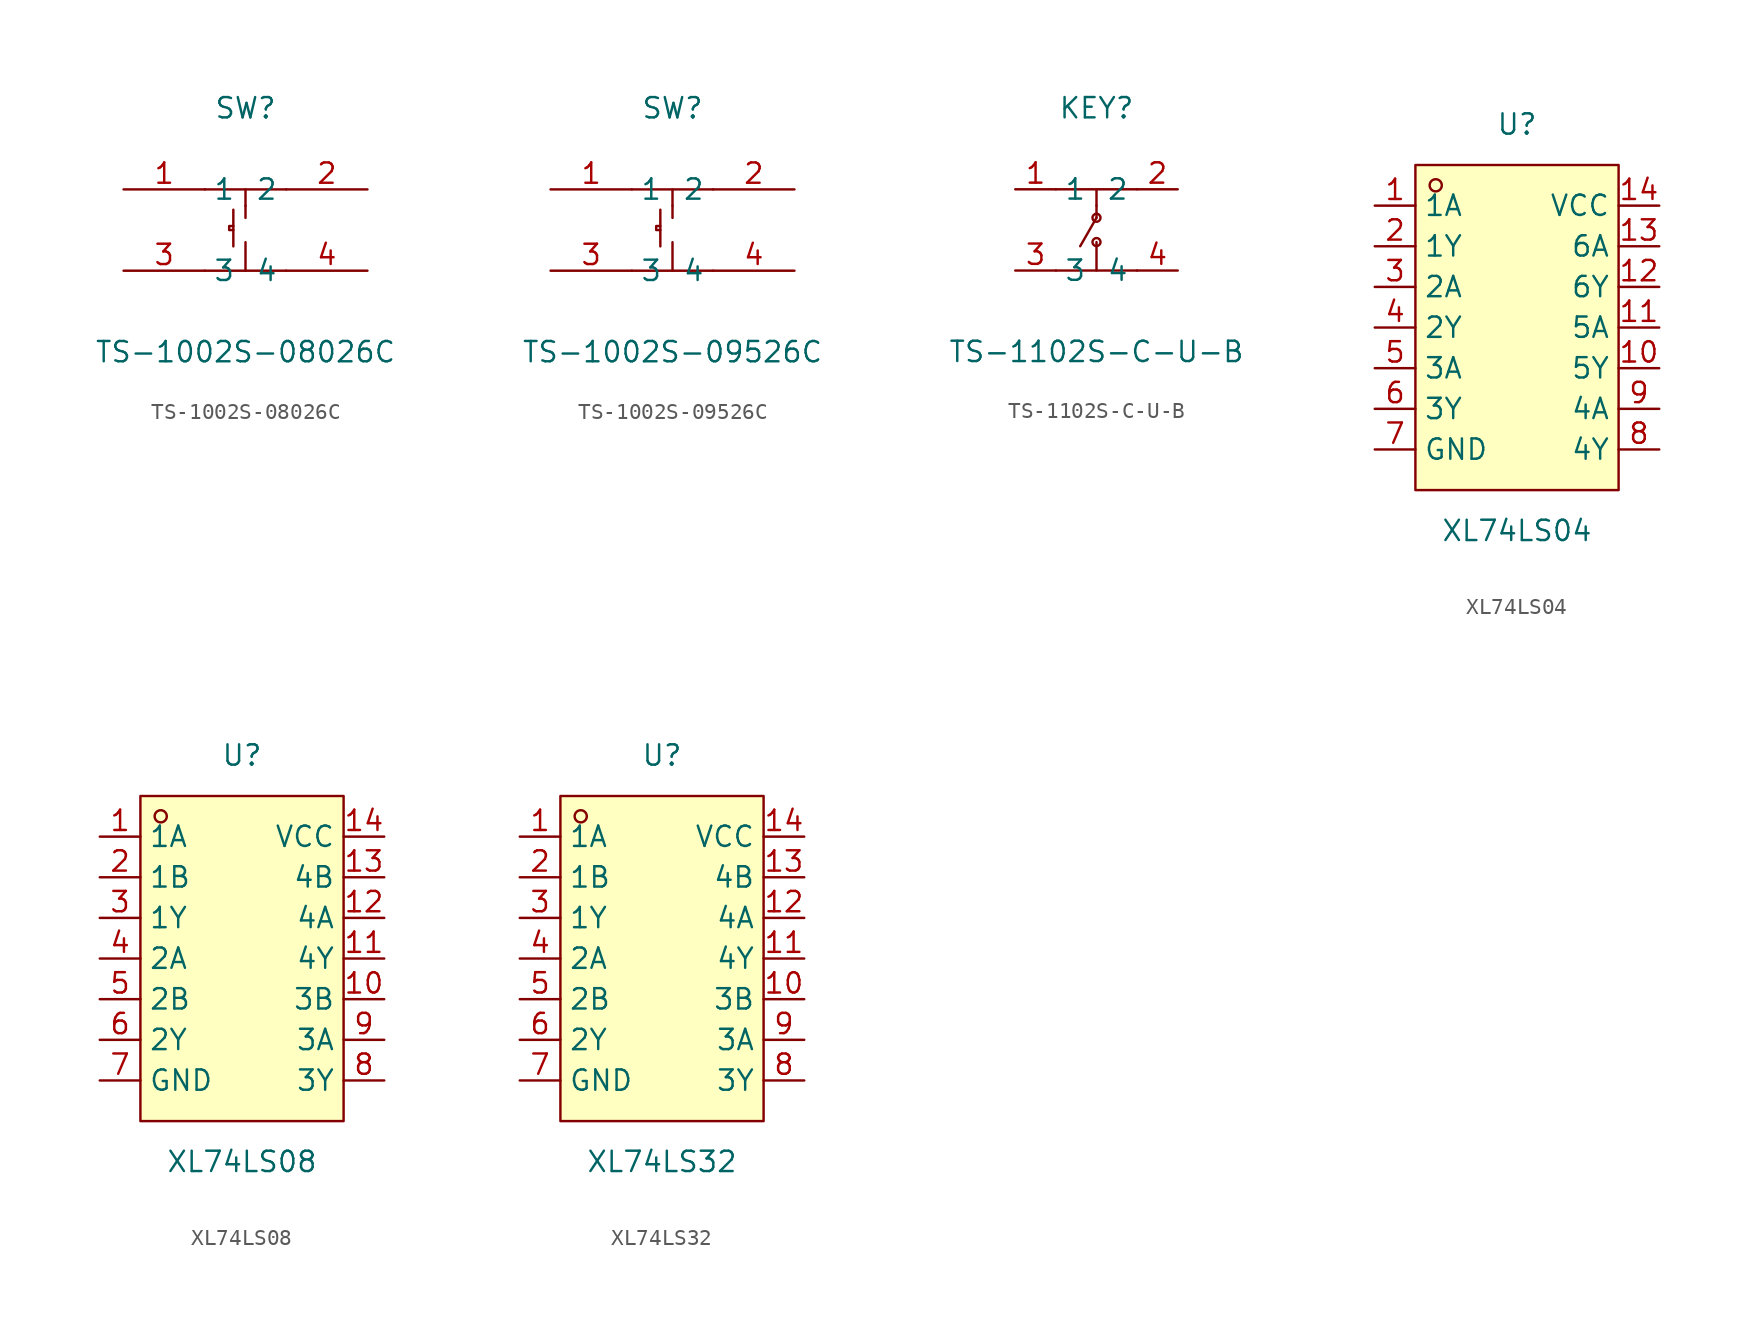
<source format=kicad_sym>
(kicad_symbol_lib
  (version 20211014)
  (generator https://github.com/uPesy/easyeda2kicad.py)
  (symbol "TS-1002S-08026C"
    (property "Reference" "SW"
      (at 0 7.62 0)
      (effects (font (size 1.27 1.27))))
    (property "Value" "TS-1002S-08026C"
      (at 0 -7.62 0)
      (effects (font (size 1.27 1.27))))
    (symbol "TS-1002S-08026C_0_1"
      (polyline (pts (xy -2.54 2.54) (xy 2.54 2.54)) (stroke (width 0) (type default) (color 0 0 0 0)) (fill (type none)))
      (polyline (pts (xy -2.54 -2.54) (xy 2.54 -2.54)) (stroke (width 0) (type default) (color 0 0 0 0)) (fill (type none)))
      (polyline (pts (xy 0.00 2.54) (xy 0.00 1.52)) (stroke (width 0) (type default) (color 0 0 0 0)) (fill (type none)))
      (polyline (pts (xy 0.00 -2.54) (xy 0.00 -0.76)) (stroke (width 0) (type default) (color 0 0 0 0)) (fill (type none)))
      (polyline (pts (xy 0.00 1.52) (xy 0.00 0.76)) (stroke (width 0) (type default) (color 0 0 0 0)) (fill (type none)))
      (polyline (pts (xy -0.76 1.27) (xy -0.76 -1.02)) (stroke (width 0) (type default) (color 0 0 0 0)) (fill (type none)))
      (polyline (pts (xy -0.76 0.25) (xy -1.02 0.25) (xy -1.02 -0.00) (xy -0.76 -0.00)) (stroke (width 0) (type default) (color 0 0 0 0)) (fill (type none)))
      (pin unspecified line (at -7.62 2.54 0) (length 5.08) (name "1" (effects (font (size 1.27 1.27)))) (number "1" (effects (font (size 1.27 1.27)))))
      (pin unspecified line (at 7.62 2.54 180) (length 5.08) (name "2" (effects (font (size 1.27 1.27)))) (number "2" (effects (font (size 1.27 1.27)))))
      (pin unspecified line (at -7.62 -2.54 0) (length 5.08) (name "3" (effects (font (size 1.27 1.27)))) (number "3" (effects (font (size 1.27 1.27)))))
      (pin unspecified line (at 7.62 -2.54 180) (length 5.08) (name "4" (effects (font (size 1.27 1.27)))) (number "4" (effects (font (size 1.27 1.27)))))))
  (symbol "TS-1002S-09526C"
    (property "Reference" "SW"
      (at 0 7.62 0)
      (effects (font (size 1.27 1.27))))
    (property "Value" "TS-1002S-09526C"
      (at 0 -7.62 0)
      (effects (font (size 1.27 1.27))))
    (symbol "TS-1002S-09526C_0_1"
      (polyline (pts (xy -2.54 2.54) (xy 2.54 2.54)) (stroke (width 0) (type default) (color 0 0 0 0)) (fill (type none)))
      (polyline (pts (xy -2.54 -2.54) (xy 2.54 -2.54)) (stroke (width 0) (type default) (color 0 0 0 0)) (fill (type none)))
      (polyline (pts (xy 0.00 2.54) (xy 0.00 1.52)) (stroke (width 0) (type default) (color 0 0 0 0)) (fill (type none)))
      (polyline (pts (xy 0.00 -2.54) (xy 0.00 -0.76)) (stroke (width 0) (type default) (color 0 0 0 0)) (fill (type none)))
      (polyline (pts (xy 0.00 1.52) (xy 0.00 0.76)) (stroke (width 0) (type default) (color 0 0 0 0)) (fill (type none)))
      (polyline (pts (xy -0.76 1.27) (xy -0.76 -1.02)) (stroke (width 0) (type default) (color 0 0 0 0)) (fill (type none)))
      (polyline (pts (xy -0.76 0.25) (xy -1.02 0.25) (xy -1.02 -0.00) (xy -0.76 -0.00)) (stroke (width 0) (type default) (color 0 0 0 0)) (fill (type none)))
      (pin unspecified line (at -7.62 2.54 0) (length 5.08) (name "1" (effects (font (size 1.27 1.27)))) (number "1" (effects (font (size 1.27 1.27)))))
      (pin unspecified line (at 7.62 2.54 180) (length 5.08) (name "2" (effects (font (size 1.27 1.27)))) (number "2" (effects (font (size 1.27 1.27)))))
      (pin unspecified line (at -7.62 -2.54 0) (length 5.08) (name "3" (effects (font (size 1.27 1.27)))) (number "3" (effects (font (size 1.27 1.27)))))
      (pin unspecified line (at 7.62 -2.54 180) (length 5.08) (name "4" (effects (font (size 1.27 1.27)))) (number "4" (effects (font (size 1.27 1.27)))))))
  (symbol "TS-1102S-C-U-B"
    (property "Reference" "KEY"
      (at 0 7.62 0)
      (effects (font (size 1.27 1.27))))
    (property "Value" "TS-1102S-C-U-B"
      (at 0 -7.62 0)
      (effects (font (size 1.27 1.27))))
    (symbol "TS-1102S-C-U-B_0_1"
      (circle (center 0.00 0.76) (radius 0.25) (stroke (width 0) (type default) (color 0 0 0 0)) (fill (type none)))
      (circle (center 0.00 -0.76) (radius 0.25) (stroke (width 0) (type default) (color 0 0 0 0)) (fill (type none)))
      (polyline (pts (xy -1.02 -1.02) (xy 0.00 0.76)) (stroke (width 0) (type default) (color 0 0 0 0)) (fill (type none)))
      (polyline (pts (xy 0.00 1.52) (xy 0.00 0.76)) (stroke (width 0) (type default) (color 0 0 0 0)) (fill (type none)))
      (polyline (pts (xy 0.00 -2.54) (xy 0.00 -0.76)) (stroke (width 0) (type default) (color 0 0 0 0)) (fill (type none)))
      (polyline (pts (xy 0.00 2.54) (xy 0.00 1.52)) (stroke (width 0) (type default) (color 0 0 0 0)) (fill (type none)))
      (polyline (pts (xy -2.54 -2.54) (xy 2.54 -2.54)) (stroke (width 0) (type default) (color 0 0 0 0)) (fill (type none)))
      (polyline (pts (xy 2.54 2.54) (xy -2.54 2.54)) (stroke (width 0) (type default) (color 0 0 0 0)) (fill (type none)))
      (pin unspecified line (at 5.08 -2.54 180) (length 2.54) (name "4" (effects (font (size 1.27 1.27)))) (number "4" (effects (font (size 1.27 1.27)))))
      (pin unspecified line (at -5.08 -2.54 0) (length 2.54) (name "3" (effects (font (size 1.27 1.27)))) (number "3" (effects (font (size 1.27 1.27)))))
      (pin unspecified line (at 5.08 2.54 180) (length 2.54) (name "2" (effects (font (size 1.27 1.27)))) (number "2" (effects (font (size 1.27 1.27)))))
      (pin unspecified line (at -5.08 2.54 0) (length 2.54) (name "1" (effects (font (size 1.27 1.27)))) (number "1" (effects (font (size 1.27 1.27)))))))
  (symbol "XL74LS04"
    (property "Reference" "U"
      (at 0 12.70 0)
      (effects (font (size 1.27 1.27))))
    (property "Value" "XL74LS04"
      (at 0 -12.70 0)
      (effects (font (size 1.27 1.27))))
    (symbol "XL74LS04_0_1"
      (rectangle (start -6.35 10.16) (end 6.35 -10.16) (stroke (width 0) (type default) (color 0 0 0 0)) (fill (type background)))
      (circle (center -5.08 8.89) (radius 0.38) (stroke (width 0) (type default) (color 0 0 0 0)) (fill (type none)))
      (pin unspecified line (at -8.89 7.62 0) (length 2.54) (name "1A" (effects (font (size 1.27 1.27)))) (number "1" (effects (font (size 1.27 1.27)))))
      (pin unspecified line (at -8.89 5.08 0) (length 2.54) (name "1Y" (effects (font (size 1.27 1.27)))) (number "2" (effects (font (size 1.27 1.27)))))
      (pin unspecified line (at -8.89 2.54 0) (length 2.54) (name "2A" (effects (font (size 1.27 1.27)))) (number "3" (effects (font (size 1.27 1.27)))))
      (pin unspecified line (at -8.89 -0.00 0) (length 2.54) (name "2Y" (effects (font (size 1.27 1.27)))) (number "4" (effects (font (size 1.27 1.27)))))
      (pin unspecified line (at -8.89 -2.54 0) (length 2.54) (name "3A" (effects (font (size 1.27 1.27)))) (number "5" (effects (font (size 1.27 1.27)))))
      (pin unspecified line (at -8.89 -5.08 0) (length 2.54) (name "3Y" (effects (font (size 1.27 1.27)))) (number "6" (effects (font (size 1.27 1.27)))))
      (pin unspecified line (at -8.89 -7.62 0) (length 2.54) (name "GND" (effects (font (size 1.27 1.27)))) (number "7" (effects (font (size 1.27 1.27)))))
      (pin unspecified line (at 8.89 -7.62 180) (length 2.54) (name "4Y" (effects (font (size 1.27 1.27)))) (number "8" (effects (font (size 1.27 1.27)))))
      (pin unspecified line (at 8.89 -5.08 180) (length 2.54) (name "4A" (effects (font (size 1.27 1.27)))) (number "9" (effects (font (size 1.27 1.27)))))
      (pin unspecified line (at 8.89 -2.54 180) (length 2.54) (name "5Y" (effects (font (size 1.27 1.27)))) (number "10" (effects (font (size 1.27 1.27)))))
      (pin unspecified line (at 8.89 -0.00 180) (length 2.54) (name "5A" (effects (font (size 1.27 1.27)))) (number "11" (effects (font (size 1.27 1.27)))))
      (pin unspecified line (at 8.89 2.54 180) (length 2.54) (name "6Y" (effects (font (size 1.27 1.27)))) (number "12" (effects (font (size 1.27 1.27)))))
      (pin unspecified line (at 8.89 5.08 180) (length 2.54) (name "6A" (effects (font (size 1.27 1.27)))) (number "13" (effects (font (size 1.27 1.27)))))
      (pin unspecified line (at 8.89 7.62 180) (length 2.54) (name "VCC" (effects (font (size 1.27 1.27)))) (number "14" (effects (font (size 1.27 1.27)))))))
  (symbol "XL74LS08"
    (property "Reference" "U"
      (at 0 12.70 0)
      (effects (font (size 1.27 1.27))))
    (property "Value" "XL74LS08"
      (at 0 -12.70 0)
      (effects (font (size 1.27 1.27))))
    (symbol "XL74LS08_0_1"
      (rectangle (start -6.35 10.16) (end 6.35 -10.16) (stroke (width 0) (type default) (color 0 0 0 0)) (fill (type background)))
      (circle (center -5.08 8.89) (radius 0.38) (stroke (width 0) (type default) (color 0 0 0 0)) (fill (type none)))
      (pin unspecified line (at -8.89 7.62 0) (length 2.54) (name "1A" (effects (font (size 1.27 1.27)))) (number "1" (effects (font (size 1.27 1.27)))))
      (pin unspecified line (at -8.89 5.08 0) (length 2.54) (name "1B" (effects (font (size 1.27 1.27)))) (number "2" (effects (font (size 1.27 1.27)))))
      (pin unspecified line (at -8.89 2.54 0) (length 2.54) (name "1Y" (effects (font (size 1.27 1.27)))) (number "3" (effects (font (size 1.27 1.27)))))
      (pin unspecified line (at -8.89 -0.00 0) (length 2.54) (name "2A" (effects (font (size 1.27 1.27)))) (number "4" (effects (font (size 1.27 1.27)))))
      (pin unspecified line (at -8.89 -2.54 0) (length 2.54) (name "2B" (effects (font (size 1.27 1.27)))) (number "5" (effects (font (size 1.27 1.27)))))
      (pin unspecified line (at -8.89 -5.08 0) (length 2.54) (name "2Y" (effects (font (size 1.27 1.27)))) (number "6" (effects (font (size 1.27 1.27)))))
      (pin unspecified line (at -8.89 -7.62 0) (length 2.54) (name "GND" (effects (font (size 1.27 1.27)))) (number "7" (effects (font (size 1.27 1.27)))))
      (pin unspecified line (at 8.89 -7.62 180) (length 2.54) (name "3Y" (effects (font (size 1.27 1.27)))) (number "8" (effects (font (size 1.27 1.27)))))
      (pin unspecified line (at 8.89 -5.08 180) (length 2.54) (name "3A" (effects (font (size 1.27 1.27)))) (number "9" (effects (font (size 1.27 1.27)))))
      (pin unspecified line (at 8.89 -2.54 180) (length 2.54) (name "3B" (effects (font (size 1.27 1.27)))) (number "10" (effects (font (size 1.27 1.27)))))
      (pin unspecified line (at 8.89 -0.00 180) (length 2.54) (name "4Y" (effects (font (size 1.27 1.27)))) (number "11" (effects (font (size 1.27 1.27)))))
      (pin unspecified line (at 8.89 2.54 180) (length 2.54) (name "4A" (effects (font (size 1.27 1.27)))) (number "12" (effects (font (size 1.27 1.27)))))
      (pin unspecified line (at 8.89 5.08 180) (length 2.54) (name "4B" (effects (font (size 1.27 1.27)))) (number "13" (effects (font (size 1.27 1.27)))))
      (pin unspecified line (at 8.89 7.62 180) (length 2.54) (name "VCC" (effects (font (size 1.27 1.27)))) (number "14" (effects (font (size 1.27 1.27)))))))
  (symbol "XL74LS32"
    (property "Reference" "U"
      (at 0 12.70 0)
      (effects (font (size 1.27 1.27))))
    (property "Value" "XL74LS32"
      (at 0 -12.70 0)
      (effects (font (size 1.27 1.27))))
    (symbol "XL74LS32_0_1"
      (rectangle (start -6.35 10.16) (end 6.35 -10.16) (stroke (width 0) (type default) (color 0 0 0 0)) (fill (type background)))
      (circle (center -5.08 8.89) (radius 0.38) (stroke (width 0) (type default) (color 0 0 0 0)) (fill (type none)))
      (pin unspecified line (at -8.89 7.62 0) (length 2.54) (name "1A" (effects (font (size 1.27 1.27)))) (number "1" (effects (font (size 1.27 1.27)))))
      (pin unspecified line (at -8.89 5.08 0) (length 2.54) (name "1B" (effects (font (size 1.27 1.27)))) (number "2" (effects (font (size 1.27 1.27)))))
      (pin unspecified line (at -8.89 2.54 0) (length 2.54) (name "1Y" (effects (font (size 1.27 1.27)))) (number "3" (effects (font (size 1.27 1.27)))))
      (pin unspecified line (at -8.89 -0.00 0) (length 2.54) (name "2A" (effects (font (size 1.27 1.27)))) (number "4" (effects (font (size 1.27 1.27)))))
      (pin unspecified line (at -8.89 -2.54 0) (length 2.54) (name "2B" (effects (font (size 1.27 1.27)))) (number "5" (effects (font (size 1.27 1.27)))))
      (pin unspecified line (at -8.89 -5.08 0) (length 2.54) (name "2Y" (effects (font (size 1.27 1.27)))) (number "6" (effects (font (size 1.27 1.27)))))
      (pin unspecified line (at -8.89 -7.62 0) (length 2.54) (name "GND" (effects (font (size 1.27 1.27)))) (number "7" (effects (font (size 1.27 1.27)))))
      (pin unspecified line (at 8.89 -7.62 180) (length 2.54) (name "3Y" (effects (font (size 1.27 1.27)))) (number "8" (effects (font (size 1.27 1.27)))))
      (pin unspecified line (at 8.89 -5.08 180) (length 2.54) (name "3A" (effects (font (size 1.27 1.27)))) (number "9" (effects (font (size 1.27 1.27)))))
      (pin unspecified line (at 8.89 -2.54 180) (length 2.54) (name "3B" (effects (font (size 1.27 1.27)))) (number "10" (effects (font (size 1.27 1.27)))))
      (pin unspecified line (at 8.89 -0.00 180) (length 2.54) (name "4Y" (effects (font (size 1.27 1.27)))) (number "11" (effects (font (size 1.27 1.27)))))
      (pin unspecified line (at 8.89 2.54 180) (length 2.54) (name "4A" (effects (font (size 1.27 1.27)))) (number "12" (effects (font (size 1.27 1.27)))))
      (pin unspecified line (at 8.89 5.08 180) (length 2.54) (name "4B" (effects (font (size 1.27 1.27)))) (number "13" (effects (font (size 1.27 1.27)))))
      (pin unspecified line (at 8.89 7.62 180) (length 2.54) (name "VCC" (effects (font (size 1.27 1.27)))) (number "14" (effects (font (size 1.27 1.27))))))))
</source>
